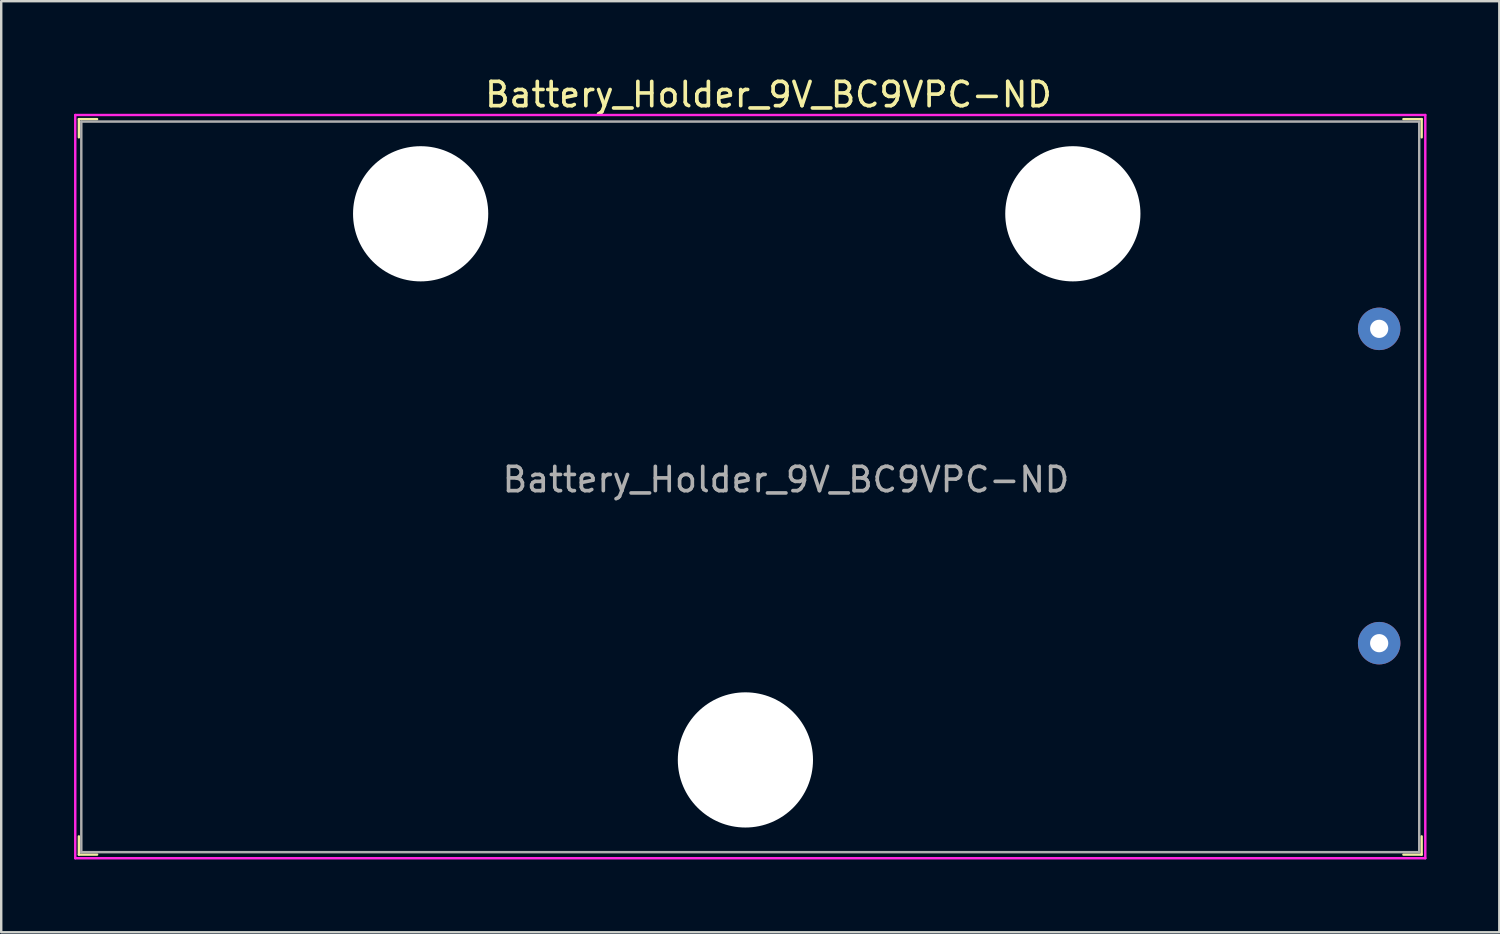
<source format=kicad_pcb>
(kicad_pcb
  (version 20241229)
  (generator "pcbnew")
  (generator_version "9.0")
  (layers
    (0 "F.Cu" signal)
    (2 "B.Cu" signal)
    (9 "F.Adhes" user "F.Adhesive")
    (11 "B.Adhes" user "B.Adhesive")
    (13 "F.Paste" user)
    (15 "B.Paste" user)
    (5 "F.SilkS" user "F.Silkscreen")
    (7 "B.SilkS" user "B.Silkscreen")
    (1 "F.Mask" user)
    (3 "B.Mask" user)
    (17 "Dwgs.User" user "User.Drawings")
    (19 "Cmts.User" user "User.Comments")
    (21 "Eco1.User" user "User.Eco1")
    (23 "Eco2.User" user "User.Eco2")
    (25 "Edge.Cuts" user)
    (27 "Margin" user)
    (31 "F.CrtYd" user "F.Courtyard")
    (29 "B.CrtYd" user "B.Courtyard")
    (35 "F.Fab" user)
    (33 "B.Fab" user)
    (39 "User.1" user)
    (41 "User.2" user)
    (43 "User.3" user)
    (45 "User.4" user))
  (footprint "Battery_Holder_9V_BC9VPC-ND"
    (layer "F.Cu")
    (at 41.15 5.758)
    (property "Reference" "Battery_Holder_9V_BC9VPC-ND" (at -12.54 -4.91 0) (layer "F.SilkS") (effects (font (size 1 1) (thickness 0.15))))
    (attr through_hole)
    (fp_line (start -40.95 -3.9) (end -40.95 -3.15) (stroke (width 0.1) (type solid)) (layer "F.SilkS"))
    (fp_line (start -40.95 25.65) (end -40.95 26.4) (stroke (width 0.1) (type solid)) (layer "F.SilkS"))
    (fp_line (start -40.2 -3.9) (end -40.95 -3.9) (stroke (width 0.1) (type solid)) (layer "F.SilkS"))
    (fp_line (start -40.2 26.4) (end -40.95 26.4) (stroke (width 0.1) (type solid)) (layer "F.SilkS"))
    (fp_line (start 14.37 -3.9) (end 13.62 -3.9) (stroke (width 0.1) (type solid)) (layer "F.SilkS"))
    (fp_line (start 14.37 -3.9) (end 14.37 -3.15) (stroke (width 0.1) (type solid)) (layer "F.SilkS"))
    (fp_line (start 14.37 25.65) (end 14.37 26.4) (stroke (width 0.1) (type solid)) (layer "F.SilkS"))
    (fp_line (start 14.37 26.4) (end 13.62 26.4) (stroke (width 0.1) (type solid)) (layer "F.SilkS"))
    (fp_line (start -41.1 -4.07) (end -41.1 26.55) (stroke (width 0.1) (type solid)) (layer "F.CrtYd"))
    (fp_line (start -41.1 -4.07) (end 14.52 -4.07) (stroke (width 0.1) (type solid)) (layer "F.CrtYd"))
    (fp_line (start -41.1 26.55) (end 14.52 26.55) (stroke (width 0.1) (type solid)) (layer "F.CrtYd"))
    (fp_line (start 14.52 -4.07) (end 14.52 26.55) (stroke (width 0.1) (type solid)) (layer "F.CrtYd"))
    (fp_line (start -40.85 -3.8) (end -40.85 26.3) (stroke (width 0.1) (type solid)) (layer "F.Fab"))
    (fp_line (start -40.85 -3.8) (end 14.27 -3.8) (stroke (width 0.1) (type solid)) (layer "F.Fab"))
    (fp_line (start -40.85 26.3) (end 14.27 26.3) (stroke (width 0.1) (type solid)) (layer "F.Fab"))
    (fp_line (start 14.27 -3.8) (end 14.27 26.3) (stroke (width 0.1) (type solid)) (layer "F.Fab"))
    (fp_text user "${REFERENCE}" (at -11.82 10.95 0) (layer "F.Fab") (effects (font (size 1 1) (thickness 0.15))))
    (pad "" np_thru_hole circle (at -26.87 0) (size 5.57 5.57) (drill 5.57) (layers "*.Cu" "*.Mask"))
    (pad "" np_thru_hole circle (at -13.49 22.5) (size 5.57 5.57) (drill 5.57) (layers "*.Cu" "*.Mask"))
    (pad "" np_thru_hole circle (at 0 0) (size 5.57 5.57) (drill 5.57) (layers "*.Cu" "*.Mask"))
    (pad "NEG" thru_hole circle (at 12.62 17.69) (size 1.75 1.75) (drill 0.75) (layers "*.Cu" "*.Mask"))
    (pad "POS" thru_hole circle (at 12.62 4.74 180) (size 1.75 1.75) (drill 0.75) (layers "*.Cu" "*.Mask")))
  (gr_rect
    (start -3 -3)
    (end 58.72 35.358)
    (stroke (width 0.1) (type default))
    (fill no)
    (layer "Edge.Cuts")))
</source>
